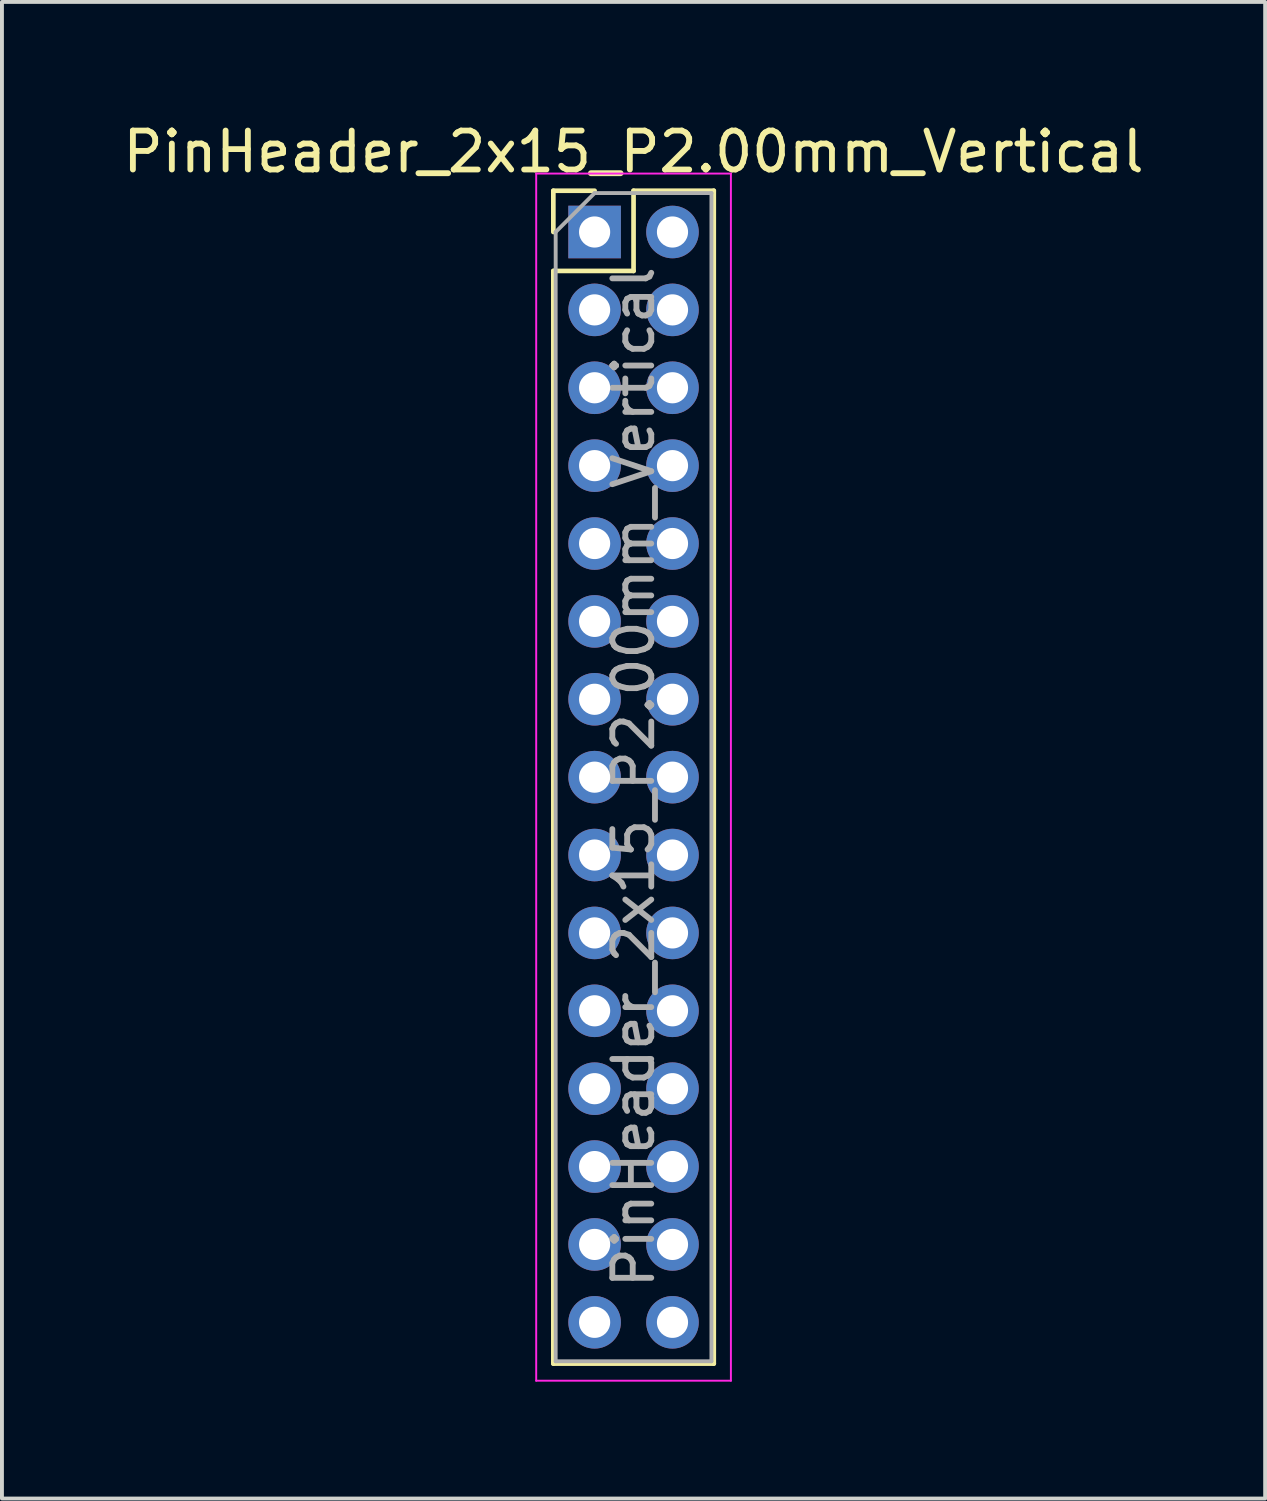
<source format=kicad_pcb>
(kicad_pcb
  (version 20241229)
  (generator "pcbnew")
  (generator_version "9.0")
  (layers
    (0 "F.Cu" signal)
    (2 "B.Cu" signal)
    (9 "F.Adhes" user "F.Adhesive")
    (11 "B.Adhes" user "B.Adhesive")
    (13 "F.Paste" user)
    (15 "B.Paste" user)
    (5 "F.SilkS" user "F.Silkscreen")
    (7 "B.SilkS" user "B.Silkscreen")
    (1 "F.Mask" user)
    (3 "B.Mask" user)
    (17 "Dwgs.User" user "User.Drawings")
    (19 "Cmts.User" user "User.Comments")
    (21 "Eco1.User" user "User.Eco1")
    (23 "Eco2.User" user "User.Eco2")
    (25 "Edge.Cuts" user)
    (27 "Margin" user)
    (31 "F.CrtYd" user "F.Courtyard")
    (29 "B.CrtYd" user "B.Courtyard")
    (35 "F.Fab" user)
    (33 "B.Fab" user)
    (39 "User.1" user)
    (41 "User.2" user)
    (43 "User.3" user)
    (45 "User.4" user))
  (footprint "PinHeader_2x15_P2.00mm_Vertical"
    (layer "F.Cu")
    (at 12.22 2.908)
    (property "Reference" "PinHeader_2x15_P2.00mm_Vertical" (at 1 -2.06 0) (layer "F.SilkS") (effects (font (size 1 1) (thickness 0.15))))
    (attr through_hole)
    (fp_line (start -1.06 -1.06) (end 0 -1.06) (stroke (width 0.12) (type solid)) (layer "F.SilkS"))
    (fp_line (start -1.06 0) (end -1.06 -1.06) (stroke (width 0.12) (type solid)) (layer "F.SilkS"))
    (fp_line (start -1.06 1) (end -1.06 29.06) (stroke (width 0.12) (type solid)) (layer "F.SilkS"))
    (fp_line (start -1.06 1) (end 1 1) (stroke (width 0.12) (type solid)) (layer "F.SilkS"))
    (fp_line (start -1.06 29.06) (end 3.06 29.06) (stroke (width 0.12) (type solid)) (layer "F.SilkS"))
    (fp_line (start 1 -1.06) (end 3.06 -1.06) (stroke (width 0.12) (type solid)) (layer "F.SilkS"))
    (fp_line (start 1 1) (end 1 -1.06) (stroke (width 0.12) (type solid)) (layer "F.SilkS"))
    (fp_line (start 3.06 -1.06) (end 3.06 29.06) (stroke (width 0.12) (type solid)) (layer "F.SilkS"))
    (fp_line (start -1.5 -1.5) (end -1.5 29.5) (stroke (width 0.05) (type solid)) (layer "F.CrtYd"))
    (fp_line (start -1.5 29.5) (end 3.5 29.5) (stroke (width 0.05) (type solid)) (layer "F.CrtYd"))
    (fp_line (start 3.5 -1.5) (end -1.5 -1.5) (stroke (width 0.05) (type solid)) (layer "F.CrtYd"))
    (fp_line (start 3.5 29.5) (end 3.5 -1.5) (stroke (width 0.05) (type solid)) (layer "F.CrtYd"))
    (fp_line (start -1 0) (end 0 -1) (stroke (width 0.1) (type solid)) (layer "F.Fab"))
    (fp_line (start -1 29) (end -1 0) (stroke (width 0.1) (type solid)) (layer "F.Fab"))
    (fp_line (start 0 -1) (end 3 -1) (stroke (width 0.1) (type solid)) (layer "F.Fab"))
    (fp_line (start 3 -1) (end 3 29) (stroke (width 0.1) (type solid)) (layer "F.Fab"))
    (fp_line (start 3 29) (end -1 29) (stroke (width 0.1) (type solid)) (layer "F.Fab"))
    (fp_text user "${REFERENCE}" (at 1 14 90) (layer "F.Fab") (effects (font (size 1 1) (thickness 0.15))))
    (pad "1" thru_hole rect (at 0 0) (size 1.35 1.35) (drill 0.8) (layers "*.Cu" "*.Mask"))
    (pad "2" thru_hole oval (at 2 0) (size 1.35 1.35) (drill 0.8) (layers "*.Cu" "*.Mask"))
    (pad "3" thru_hole oval (at 0 2) (size 1.35 1.35) (drill 0.8) (layers "*.Cu" "*.Mask"))
    (pad "4" thru_hole oval (at 2 2) (size 1.35 1.35) (drill 0.8) (layers "*.Cu" "*.Mask"))
    (pad "5" thru_hole oval (at 0 4) (size 1.35 1.35) (drill 0.8) (layers "*.Cu" "*.Mask"))
    (pad "6" thru_hole oval (at 2 4) (size 1.35 1.35) (drill 0.8) (layers "*.Cu" "*.Mask"))
    (pad "7" thru_hole oval (at 0 6) (size 1.35 1.35) (drill 0.8) (layers "*.Cu" "*.Mask"))
    (pad "8" thru_hole oval (at 2 6) (size 1.35 1.35) (drill 0.8) (layers "*.Cu" "*.Mask"))
    (pad "9" thru_hole oval (at 0 8) (size 1.35 1.35) (drill 0.8) (layers "*.Cu" "*.Mask"))
    (pad "10" thru_hole oval (at 2 8) (size 1.35 1.35) (drill 0.8) (layers "*.Cu" "*.Mask"))
    (pad "11" thru_hole oval (at 0 10) (size 1.35 1.35) (drill 0.8) (layers "*.Cu" "*.Mask"))
    (pad "12" thru_hole oval (at 2 10) (size 1.35 1.35) (drill 0.8) (layers "*.Cu" "*.Mask"))
    (pad "13" thru_hole oval (at 0 12) (size 1.35 1.35) (drill 0.8) (layers "*.Cu" "*.Mask"))
    (pad "14" thru_hole oval (at 2 12) (size 1.35 1.35) (drill 0.8) (layers "*.Cu" "*.Mask"))
    (pad "15" thru_hole oval (at 0 14) (size 1.35 1.35) (drill 0.8) (layers "*.Cu" "*.Mask"))
    (pad "16" thru_hole oval (at 2 14) (size 1.35 1.35) (drill 0.8) (layers "*.Cu" "*.Mask"))
    (pad "17" thru_hole oval (at 0 16) (size 1.35 1.35) (drill 0.8) (layers "*.Cu" "*.Mask"))
    (pad "18" thru_hole oval (at 2 16) (size 1.35 1.35) (drill 0.8) (layers "*.Cu" "*.Mask"))
    (pad "19" thru_hole oval (at 0 18) (size 1.35 1.35) (drill 0.8) (layers "*.Cu" "*.Mask"))
    (pad "20" thru_hole oval (at 2 18) (size 1.35 1.35) (drill 0.8) (layers "*.Cu" "*.Mask"))
    (pad "21" thru_hole oval (at 0 20) (size 1.35 1.35) (drill 0.8) (layers "*.Cu" "*.Mask"))
    (pad "22" thru_hole oval (at 2 20) (size 1.35 1.35) (drill 0.8) (layers "*.Cu" "*.Mask"))
    (pad "23" thru_hole oval (at 0 22) (size 1.35 1.35) (drill 0.8) (layers "*.Cu" "*.Mask"))
    (pad "24" thru_hole oval (at 2 22) (size 1.35 1.35) (drill 0.8) (layers "*.Cu" "*.Mask"))
    (pad "25" thru_hole oval (at 0 24) (size 1.35 1.35) (drill 0.8) (layers "*.Cu" "*.Mask"))
    (pad "26" thru_hole oval (at 2 24) (size 1.35 1.35) (drill 0.8) (layers "*.Cu" "*.Mask"))
    (pad "27" thru_hole oval (at 0 26) (size 1.35 1.35) (drill 0.8) (layers "*.Cu" "*.Mask"))
    (pad "28" thru_hole oval (at 2 26) (size 1.35 1.35) (drill 0.8) (layers "*.Cu" "*.Mask"))
    (pad "29" thru_hole oval (at 0 28) (size 1.35 1.35) (drill 0.8) (layers "*.Cu" "*.Mask"))
    (pad "30" thru_hole oval (at 2 28) (size 1.35 1.35) (drill 0.8) (layers "*.Cu" "*.Mask")))
  (gr_rect
    (start -3 -3)
    (end 29.44 35.433)
    (stroke (width 0.1) (type default))
    (fill no)
    (layer "Edge.Cuts")))
</source>
